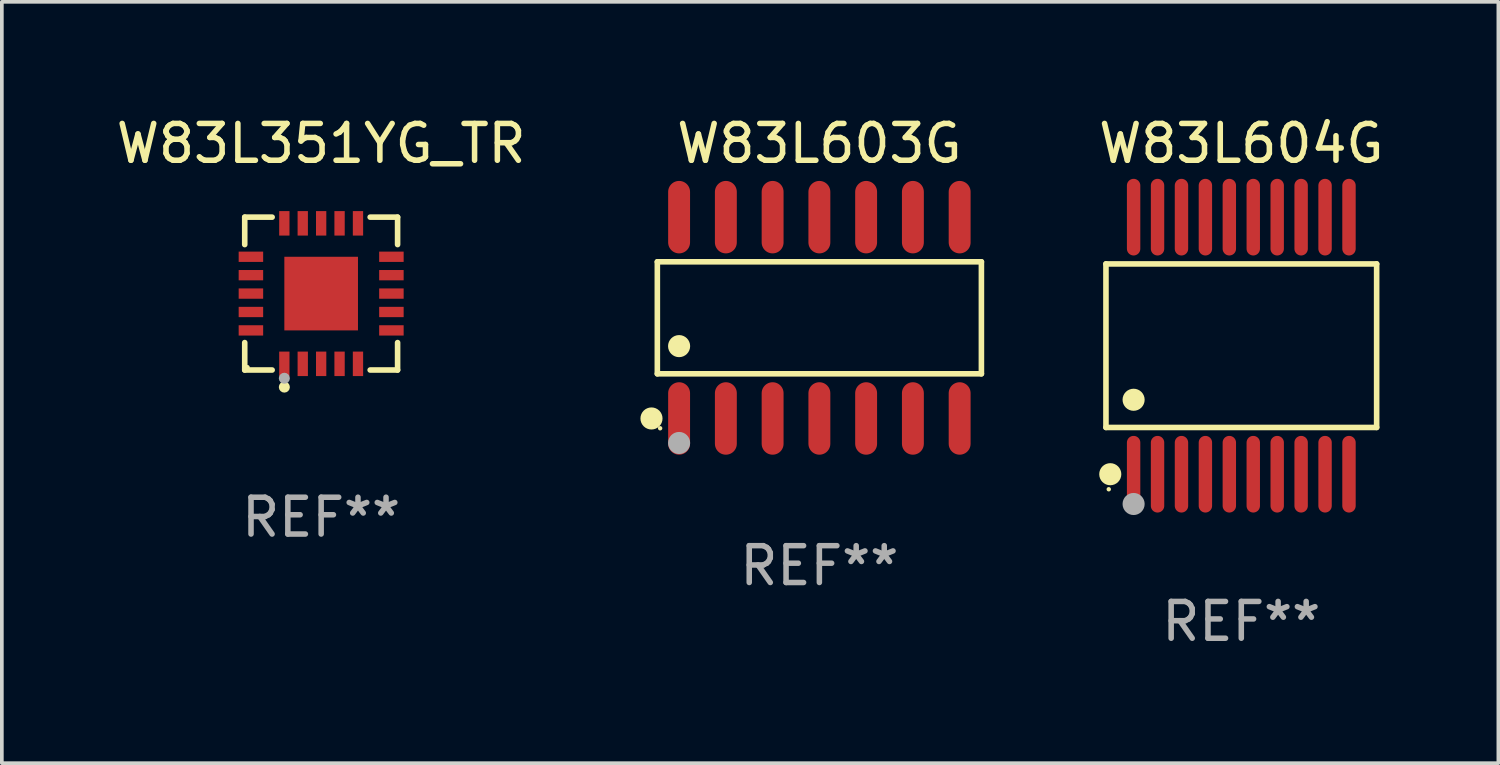
<source format=kicad_pcb>
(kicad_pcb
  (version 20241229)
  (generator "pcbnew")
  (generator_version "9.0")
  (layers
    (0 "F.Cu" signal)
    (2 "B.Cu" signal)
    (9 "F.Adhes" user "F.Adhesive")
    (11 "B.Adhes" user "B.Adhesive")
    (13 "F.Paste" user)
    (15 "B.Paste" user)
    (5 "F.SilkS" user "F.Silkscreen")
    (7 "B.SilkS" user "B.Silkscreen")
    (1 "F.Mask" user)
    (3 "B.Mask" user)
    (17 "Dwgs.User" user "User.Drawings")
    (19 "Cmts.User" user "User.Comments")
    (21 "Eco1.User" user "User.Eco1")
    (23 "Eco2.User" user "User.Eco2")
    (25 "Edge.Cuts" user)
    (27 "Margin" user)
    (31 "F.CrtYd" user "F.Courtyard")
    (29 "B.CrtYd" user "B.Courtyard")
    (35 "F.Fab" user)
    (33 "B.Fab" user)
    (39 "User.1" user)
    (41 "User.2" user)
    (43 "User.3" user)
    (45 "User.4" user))
  (footprint "W83L351YG_TR"
    (layer "F.Cu")
    (at 5.673 4.924)
    (property "Reference" "W83L351YG_TR" (at 0 -4.076 0) (layer "F.SilkS") (effects (font (size 1 1) (thickness 0.15))))
    (attr through_hole)
    (fp_line (start -2.076 -2.076) (end -1.331 -2.076) (stroke (width 0.152) (type solid)) (layer "F.SilkS"))
    (fp_line (start -2.076 -1.331) (end -2.076 -2.076) (stroke (width 0.152) (type solid)) (layer "F.SilkS"))
    (fp_line (start -2.076 1.331) (end -2.076 2.076) (stroke (width 0.152) (type solid)) (layer "F.SilkS"))
    (fp_line (start -2.076 2.076) (end -1.331 2.076) (stroke (width 0.152) (type solid)) (layer "F.SilkS"))
    (fp_line (start 2.076 -2.076) (end 1.331 -2.076) (stroke (width 0.152) (type solid)) (layer "F.SilkS"))
    (fp_line (start 2.076 -1.331) (end 2.076 -2.076) (stroke (width 0.152) (type solid)) (layer "F.SilkS"))
    (fp_line (start 2.076 1.331) (end 2.076 2.076) (stroke (width 0.152) (type solid)) (layer "F.SilkS"))
    (fp_line (start 2.076 2.076) (end 1.331 2.076) (stroke (width 0.152) (type solid)) (layer "F.SilkS"))
    (fp_circle (center -2 2) (end -1.97 2) (stroke (width 0.06) (type solid)) (fill no) (layer "F.SilkS"))
    (fp_circle (center -1 2.54) (end -0.925 2.54) (stroke (width 0.15) (type solid)) (fill no) (layer "F.SilkS"))
    (fp_circle (center -1 2.3) (end -0.925 2.3) (stroke (width 0.15) (type solid)) (fill no) (layer "F.Fab"))
    (fp_text user "REF**" (at 0 6.076 0) (layer "F.Fab") (effects (font (size 1 1) (thickness 0.15))))
    (pad "1" smd rect (at -1 1.908) (size 0.28 0.665) (layers "F.Cu" "F.Mask" "F.Paste"))
    (pad "2" smd rect (at -0.5 1.908) (size 0.28 0.665) (layers "F.Cu" "F.Mask" "F.Paste"))
    (pad "3" smd rect (at 0 1.908) (size 0.28 0.665) (layers "F.Cu" "F.Mask" "F.Paste"))
    (pad "4" smd rect (at 0.5 1.908) (size 0.28 0.665) (layers "F.Cu" "F.Mask" "F.Paste"))
    (pad "5" smd rect (at 1 1.908) (size 0.28 0.665) (layers "F.Cu" "F.Mask" "F.Paste"))
    (pad "6" smd rect (at 1.908 1) (size 0.665 0.28) (layers "F.Cu" "F.Mask" "F.Paste"))
    (pad "7" smd rect (at 1.908 0.5) (size 0.665 0.28) (layers "F.Cu" "F.Mask" "F.Paste"))
    (pad "8" smd rect (at 1.908 0) (size 0.665 0.28) (layers "F.Cu" "F.Mask" "F.Paste"))
    (pad "9" smd rect (at 1.908 -0.5) (size 0.665 0.28) (layers "F.Cu" "F.Mask" "F.Paste"))
    (pad "10" smd rect (at 1.908 -1) (size 0.665 0.28) (layers "F.Cu" "F.Mask" "F.Paste"))
    (pad "11" smd rect (at 1 -1.908) (size 0.28 0.665) (layers "F.Cu" "F.Mask" "F.Paste"))
    (pad "12" smd rect (at 0.5 -1.908) (size 0.28 0.665) (layers "F.Cu" "F.Mask" "F.Paste"))
    (pad "13" smd rect (at 0 -1.908) (size 0.28 0.665) (layers "F.Cu" "F.Mask" "F.Paste"))
    (pad "14" smd rect (at -0.5 -1.908) (size 0.28 0.665) (layers "F.Cu" "F.Mask" "F.Paste"))
    (pad "15" smd rect (at -1 -1.908) (size 0.28 0.665) (layers "F.Cu" "F.Mask" "F.Paste"))
    (pad "16" smd rect (at -1.908 -1) (size 0.665 0.28) (layers "F.Cu" "F.Mask" "F.Paste"))
    (pad "17" smd rect (at -1.908 -0.5) (size 0.665 0.28) (layers "F.Cu" "F.Mask" "F.Paste"))
    (pad "18" smd rect (at -1.908 0) (size 0.665 0.28) (layers "F.Cu" "F.Mask" "F.Paste"))
    (pad "19" smd rect (at -1.908 0.5) (size 0.665 0.28) (layers "F.Cu" "F.Mask" "F.Paste"))
    (pad "20" smd rect (at -1.908 1) (size 0.665 0.28) (layers "F.Cu" "F.Mask" "F.Paste"))
    (pad "21" smd rect (at 0 0) (size 2 2) (layers "F.Cu" "F.Mask" "F.Paste")))
  (footprint "W83L603G"
    (layer "F.Cu")
    (at 19.205 5.582)
    (property "Reference" "W83L603G" (at 0 -4.734 0) (layer "F.SilkS") (effects (font (size 1 1) (thickness 0.15))))
    (attr through_hole)
    (fp_line (start -4.401 -1.521) (end 4.401 -1.521) (stroke (width 0.152) (type solid)) (layer "F.SilkS"))
    (fp_line (start -4.401 1.521) (end -4.401 -1.521) (stroke (width 0.152) (type solid)) (layer "F.SilkS"))
    (fp_line (start 4.401 -1.521) (end 4.401 1.521) (stroke (width 0.152) (type solid)) (layer "F.SilkS"))
    (fp_line (start 4.401 1.521) (end -4.401 1.521) (stroke (width 0.152) (type solid)) (layer "F.SilkS"))
    (fp_circle (center -4.56 2.734) (end -4.41 2.734) (stroke (width 0.3) (type solid)) (fill no) (layer "F.SilkS"))
    (fp_circle (center -4.325 3) (end -4.295 3) (stroke (width 0.06) (type solid)) (fill no) (layer "F.SilkS"))
    (fp_circle (center -3.81 0.769) (end -3.66 0.769) (stroke (width 0.3) (type solid)) (fill no) (layer "F.SilkS"))
    (fp_circle (center -3.81 3.4) (end -3.66 3.4) (stroke (width 0.3) (type solid)) (fill no) (layer "F.Fab"))
    (fp_text user "REF**" (at 0 6.734 0) (layer "F.Fab") (effects (font (size 1 1) (thickness 0.15))))
    (pad "1" smd oval (at -3.81 2.734) (size 0.595 1.968) (layers "F.Cu" "F.Mask" "F.Paste"))
    (pad "2" smd oval (at -2.54 2.734) (size 0.595 1.968) (layers "F.Cu" "F.Mask" "F.Paste"))
    (pad "3" smd oval (at -1.27 2.734) (size 0.595 1.968) (layers "F.Cu" "F.Mask" "F.Paste"))
    (pad "4" smd oval (at 0 2.734) (size 0.595 1.968) (layers "F.Cu" "F.Mask" "F.Paste"))
    (pad "5" smd oval (at 1.27 2.734) (size 0.595 1.968) (layers "F.Cu" "F.Mask" "F.Paste"))
    (pad "6" smd oval (at 2.54 2.734) (size 0.595 1.968) (layers "F.Cu" "F.Mask" "F.Paste"))
    (pad "7" smd oval (at 3.81 2.734) (size 0.595 1.968) (layers "F.Cu" "F.Mask" "F.Paste"))
    (pad "8" smd oval (at 3.81 -2.734) (size 0.595 1.968) (layers "F.Cu" "F.Mask" "F.Paste"))
    (pad "9" smd oval (at 2.54 -2.734) (size 0.595 1.968) (layers "F.Cu" "F.Mask" "F.Paste"))
    (pad "10" smd oval (at 1.27 -2.734) (size 0.595 1.968) (layers "F.Cu" "F.Mask" "F.Paste"))
    (pad "11" smd oval (at 0 -2.734) (size 0.595 1.968) (layers "F.Cu" "F.Mask" "F.Paste"))
    (pad "12" smd oval (at -1.27 -2.734) (size 0.595 1.968) (layers "F.Cu" "F.Mask" "F.Paste"))
    (pad "13" smd oval (at -2.54 -2.734) (size 0.595 1.968) (layers "F.Cu" "F.Mask" "F.Paste"))
    (pad "14" smd oval (at -3.81 -2.734) (size 0.595 1.968) (layers "F.Cu" "F.Mask" "F.Paste")))
  (footprint "W83L604G"
    (layer "F.Cu")
    (at 30.665 6.339)
    (property "Reference" "W83L604G" (at 0 -5.491 0) (layer "F.SilkS") (effects (font (size 1 1) (thickness 0.15))))
    (attr through_hole)
    (fp_line (start -3.676 -2.221) (end 3.676 -2.221) (stroke (width 0.152) (type solid)) (layer "F.SilkS"))
    (fp_line (start -3.676 2.221) (end -3.676 -2.221) (stroke (width 0.152) (type solid)) (layer "F.SilkS"))
    (fp_line (start 3.676 -2.221) (end 3.676 2.221) (stroke (width 0.152) (type solid)) (layer "F.SilkS"))
    (fp_line (start 3.676 2.221) (end -3.676 2.221) (stroke (width 0.152) (type solid)) (layer "F.SilkS"))
    (fp_circle (center -3.6 3.9) (end -3.57 3.9) (stroke (width 0.06) (type solid)) (fill no) (layer "F.SilkS"))
    (fp_circle (center -3.559 3.491) (end -3.409 3.491) (stroke (width 0.3) (type solid)) (fill no) (layer "F.SilkS"))
    (fp_circle (center -2.925 1.469) (end -2.775 1.469) (stroke (width 0.3) (type solid)) (fill no) (layer "F.SilkS"))
    (fp_circle (center -2.925 4.3) (end -2.775 4.3) (stroke (width 0.3) (type solid)) (fill no) (layer "F.Fab"))
    (fp_text user "REF**" (at 0 7.491 0) (layer "F.Fab") (effects (font (size 1 1) (thickness 0.15))))
    (pad "1" smd oval (at -2.925 3.491) (size 0.364 2.082) (layers "F.Cu" "F.Mask" "F.Paste"))
    (pad "2" smd oval (at -2.275 3.491) (size 0.364 2.082) (layers "F.Cu" "F.Mask" "F.Paste"))
    (pad "3" smd oval (at -1.625 3.491) (size 0.364 2.082) (layers "F.Cu" "F.Mask" "F.Paste"))
    (pad "4" smd oval (at -0.975 3.491) (size 0.364 2.082) (layers "F.Cu" "F.Mask" "F.Paste"))
    (pad "5" smd oval (at -0.325 3.491) (size 0.364 2.082) (layers "F.Cu" "F.Mask" "F.Paste"))
    (pad "6" smd oval (at 0.325 3.491) (size 0.364 2.082) (layers "F.Cu" "F.Mask" "F.Paste"))
    (pad "7" smd oval (at 0.975 3.491) (size 0.364 2.082) (layers "F.Cu" "F.Mask" "F.Paste"))
    (pad "8" smd oval (at 1.625 3.491) (size 0.364 2.082) (layers "F.Cu" "F.Mask" "F.Paste"))
    (pad "9" smd oval (at 2.275 3.491) (size 0.364 2.082) (layers "F.Cu" "F.Mask" "F.Paste"))
    (pad "10" smd oval (at 2.925 3.491) (size 0.364 2.082) (layers "F.Cu" "F.Mask" "F.Paste"))
    (pad "11" smd oval (at 2.925 -3.491) (size 0.364 2.082) (layers "F.Cu" "F.Mask" "F.Paste"))
    (pad "12" smd oval (at 2.275 -3.491) (size 0.364 2.082) (layers "F.Cu" "F.Mask" "F.Paste"))
    (pad "13" smd oval (at 1.625 -3.491) (size 0.364 2.082) (layers "F.Cu" "F.Mask" "F.Paste"))
    (pad "14" smd oval (at 0.975 -3.491) (size 0.364 2.082) (layers "F.Cu" "F.Mask" "F.Paste"))
    (pad "15" smd oval (at 0.325 -3.491) (size 0.364 2.082) (layers "F.Cu" "F.Mask" "F.Paste"))
    (pad "16" smd oval (at -0.325 -3.491) (size 0.364 2.082) (layers "F.Cu" "F.Mask" "F.Paste"))
    (pad "17" smd oval (at -0.975 -3.491) (size 0.364 2.082) (layers "F.Cu" "F.Mask" "F.Paste"))
    (pad "18" smd oval (at -1.625 -3.491) (size 0.364 2.082) (layers "F.Cu" "F.Mask" "F.Paste"))
    (pad "19" smd oval (at -2.275 -3.491) (size 0.364 2.082) (layers "F.Cu" "F.Mask" "F.Paste"))
    (pad "20" smd oval (at -2.925 -3.491) (size 0.364 2.082) (layers "F.Cu" "F.Mask" "F.Paste")))
  (gr_rect
    (start -3 -3)
    (end 37.647 17.678)
    (stroke (width 0.1) (type default))
    (fill no)
    (layer "Edge.Cuts")))
</source>
